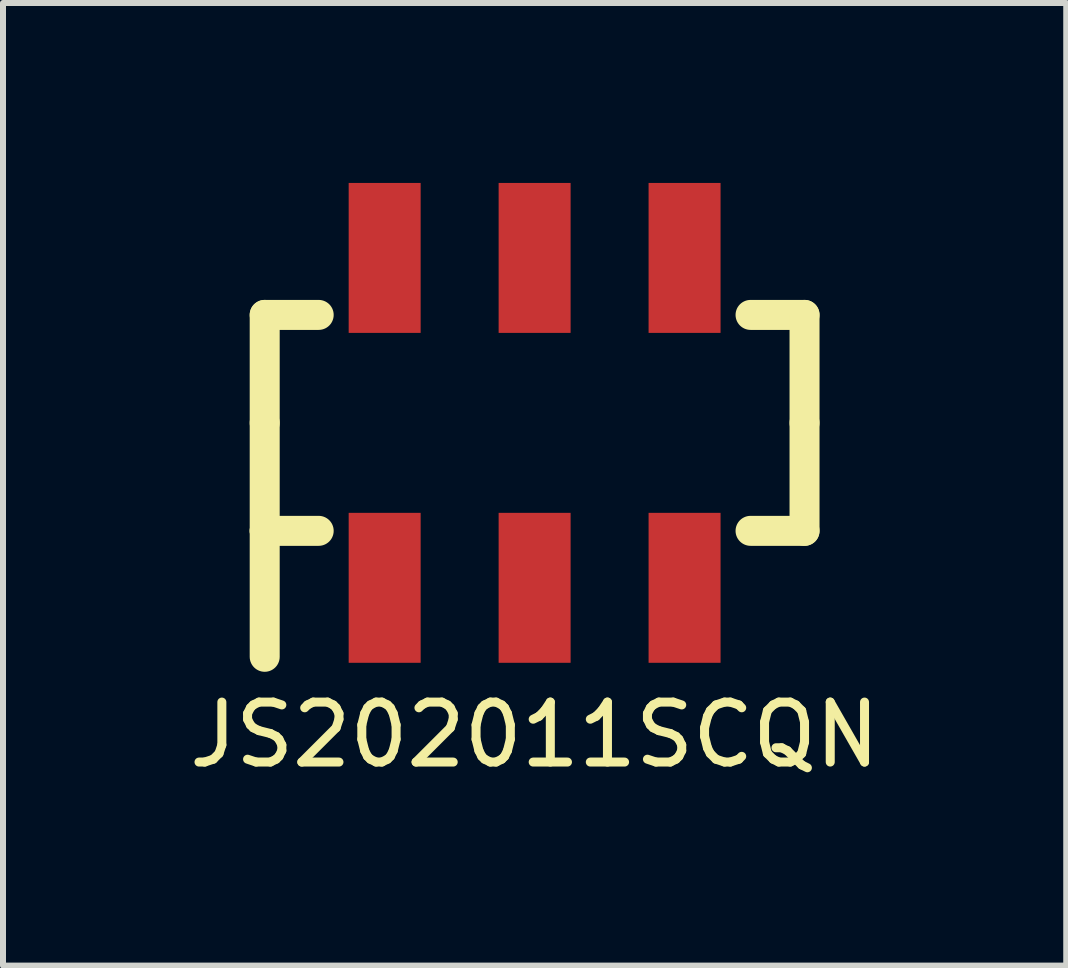
<source format=kicad_pcb>
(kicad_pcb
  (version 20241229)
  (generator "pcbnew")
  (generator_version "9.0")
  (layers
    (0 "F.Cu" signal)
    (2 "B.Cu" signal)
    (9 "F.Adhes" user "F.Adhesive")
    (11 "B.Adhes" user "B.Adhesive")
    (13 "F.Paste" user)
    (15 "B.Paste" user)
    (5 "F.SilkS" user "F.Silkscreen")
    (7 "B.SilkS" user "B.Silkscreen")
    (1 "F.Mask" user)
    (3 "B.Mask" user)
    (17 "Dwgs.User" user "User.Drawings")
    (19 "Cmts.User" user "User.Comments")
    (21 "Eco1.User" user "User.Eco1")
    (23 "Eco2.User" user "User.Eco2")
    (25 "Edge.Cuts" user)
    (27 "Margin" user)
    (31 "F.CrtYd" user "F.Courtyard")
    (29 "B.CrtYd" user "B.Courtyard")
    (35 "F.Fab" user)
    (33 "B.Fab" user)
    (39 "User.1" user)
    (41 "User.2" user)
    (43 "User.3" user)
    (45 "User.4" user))
  (footprint "JS202011SCQN"
    (layer "F.Cu")
    (at 5.863 4)
    (property "Reference" "JS202011SCQN" (at 0 5.2 0) (layer "F.SilkS") (effects (font (size 1 1) (thickness 0.15))))
    (attr through_hole)
    (fp_line (start -4.5 -1.8) (end -3.6 -1.8) (stroke (width 0.5) (type solid)) (layer "F.SilkS"))
    (fp_line (start -4.5 0) (end -4.5 -1.8) (stroke (width 0.5) (type solid)) (layer "F.SilkS"))
    (fp_line (start -4.5 0) (end -4.5 1.8) (stroke (width 0.5) (type solid)) (layer "F.SilkS"))
    (fp_line (start -4.5 1.8) (end -4.5 3.9) (stroke (width 0.5) (type solid)) (layer "F.SilkS"))
    (fp_line (start -4.5 1.8) (end -3.6 1.8) (stroke (width 0.5) (type solid)) (layer "F.SilkS"))
    (fp_line (start 4.5 -1.8) (end 3.6 -1.8) (stroke (width 0.5) (type solid)) (layer "F.SilkS"))
    (fp_line (start 4.5 0) (end 4.5 -1.8) (stroke (width 0.5) (type solid)) (layer "F.SilkS"))
    (fp_line (start 4.5 0) (end 4.5 1.8) (stroke (width 0.5) (type solid)) (layer "F.SilkS"))
    (fp_line (start 4.5 1.8) (end 3.6 1.8) (stroke (width 0.5) (type solid)) (layer "F.SilkS"))
    (pad "1" smd rect (at -2.5 2.75) (size 1.2 2.5) (layers "F.Cu" "F.Mask" "F.Paste"))
    (pad "2" smd rect (at 0 2.75) (size 1.2 2.5) (layers "F.Cu" "F.Mask" "F.Paste"))
    (pad "3" smd rect (at 2.5 2.75) (size 1.2 2.5) (layers "F.Cu" "F.Mask" "F.Paste"))
    (pad "4" smd rect (at -2.5 -2.75) (size 1.2 2.5) (layers "F.Cu" "F.Mask" "F.Paste"))
    (pad "5" smd rect (at 0 -2.75) (size 1.2 2.5) (layers "F.Cu" "F.Mask" "F.Paste"))
    (pad "6" smd rect (at 2.5 -2.75) (size 1.2 2.5) (layers "F.Cu" "F.Mask" "F.Paste")))
  (gr_rect
    (start -3 -3)
    (end 14.726 13.048)
    (stroke (width 0.1) (type default))
    (fill no)
    (layer "Edge.Cuts")))
</source>
